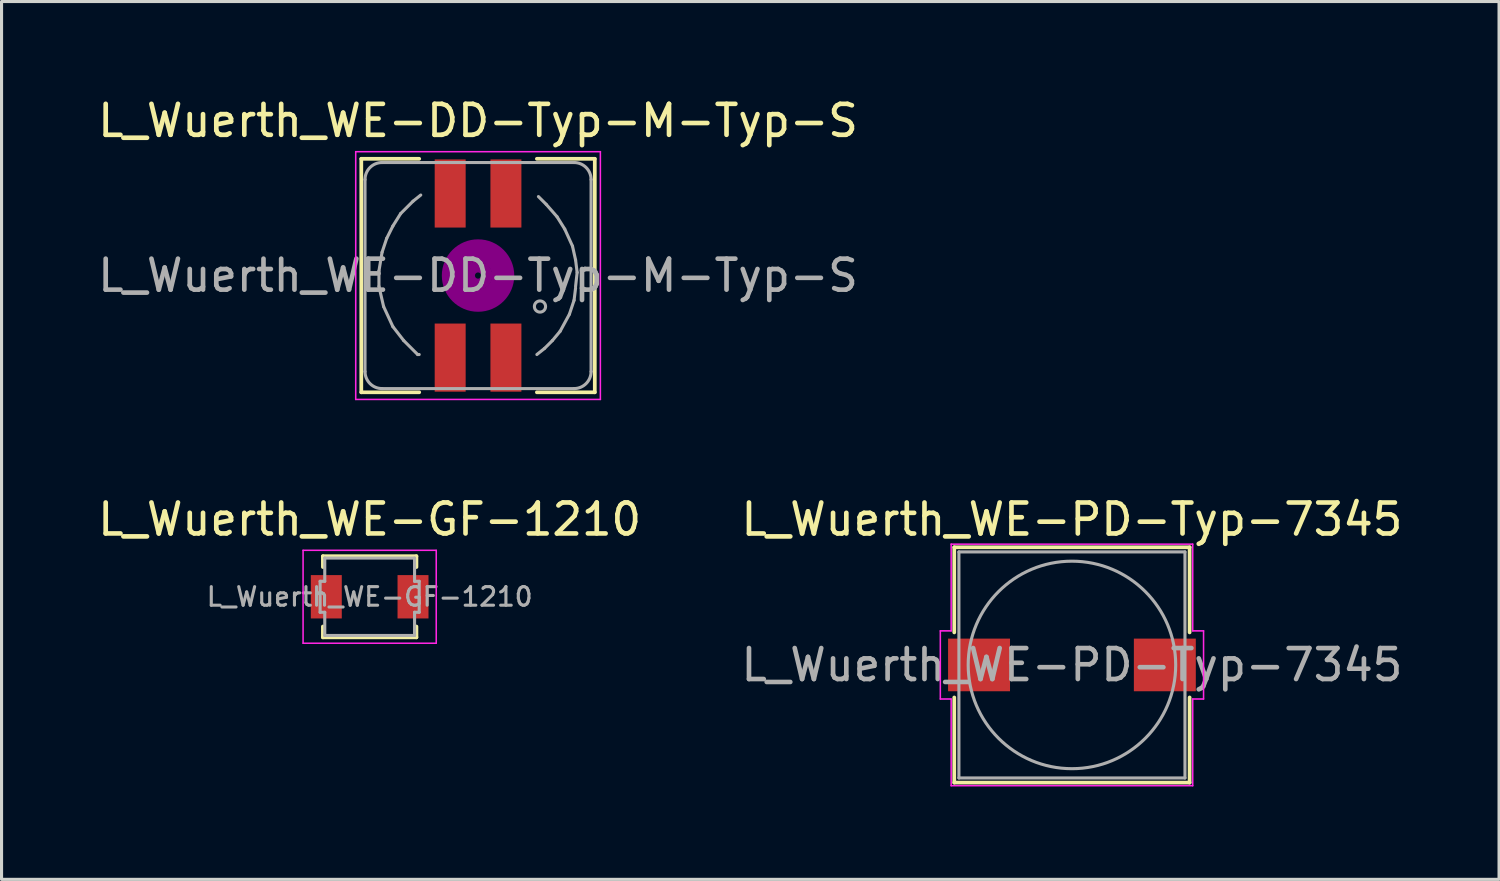
<source format=kicad_pcb>
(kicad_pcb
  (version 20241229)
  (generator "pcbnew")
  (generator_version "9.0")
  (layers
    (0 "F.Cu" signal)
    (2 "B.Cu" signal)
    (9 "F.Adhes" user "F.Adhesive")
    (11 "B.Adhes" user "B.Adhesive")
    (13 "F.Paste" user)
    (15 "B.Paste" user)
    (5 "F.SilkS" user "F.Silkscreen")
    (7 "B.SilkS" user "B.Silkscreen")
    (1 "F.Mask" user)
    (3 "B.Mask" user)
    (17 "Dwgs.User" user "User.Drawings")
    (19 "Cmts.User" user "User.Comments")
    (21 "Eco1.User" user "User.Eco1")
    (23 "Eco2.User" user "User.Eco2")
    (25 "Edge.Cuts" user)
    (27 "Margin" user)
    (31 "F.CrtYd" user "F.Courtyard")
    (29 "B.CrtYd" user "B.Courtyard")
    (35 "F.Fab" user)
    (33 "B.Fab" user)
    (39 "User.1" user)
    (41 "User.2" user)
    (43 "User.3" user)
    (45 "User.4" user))
  (footprint "L_Wuerth_WE-PD-Typ-7345"
    (layer "F.Cu")
    (at 31.565 18.422)
    (property "Reference" "L_Wuerth_WE-PD-Typ-7345" (at 0 -4.7 0) (layer "F.SilkS") (effects (font (size 1 1) (thickness 0.15))))
    (attr smd)
    (fp_line (start -3.8 -3.8) (end 3.8 -3.8) (stroke (width 0.12) (type solid)) (layer "F.SilkS"))
    (fp_line (start -3.8 -1.05) (end -3.8 -3.8) (stroke (width 0.12) (type solid)) (layer "F.SilkS"))
    (fp_line (start -3.8 3.8) (end -3.8 1.05) (stroke (width 0.12) (type solid)) (layer "F.SilkS"))
    (fp_line (start -3.8 3.8) (end 3.8 3.8) (stroke (width 0.12) (type solid)) (layer "F.SilkS"))
    (fp_line (start 3.8 -1.05) (end 3.8 -3.8) (stroke (width 0.12) (type solid)) (layer "F.SilkS"))
    (fp_line (start 3.8 3.8) (end 3.8 1.05) (stroke (width 0.12) (type solid)) (layer "F.SilkS"))
    (fp_line (start -4.25 -1.1) (end -3.9 -1.1) (stroke (width 0.05) (type solid)) (layer "F.CrtYd"))
    (fp_line (start -4.25 1.1) (end -4.25 -1.1) (stroke (width 0.05) (type solid)) (layer "F.CrtYd"))
    (fp_line (start -4.25 1.1) (end -3.9 1.1) (stroke (width 0.05) (type solid)) (layer "F.CrtYd"))
    (fp_line (start -3.9 -3.9) (end 3.9 -3.9) (stroke (width 0.05) (type solid)) (layer "F.CrtYd"))
    (fp_line (start -3.9 -1.1) (end -3.9 -3.9) (stroke (width 0.05) (type solid)) (layer "F.CrtYd"))
    (fp_line (start -3.9 3.9) (end -3.9 1.1) (stroke (width 0.05) (type solid)) (layer "F.CrtYd"))
    (fp_line (start 3.9 -1.1) (end 3.9 -3.9) (stroke (width 0.05) (type solid)) (layer "F.CrtYd"))
    (fp_line (start 3.9 -1.1) (end 4.25 -1.1) (stroke (width 0.05) (type solid)) (layer "F.CrtYd"))
    (fp_line (start 3.9 1.1) (end 4.25 1.1) (stroke (width 0.05) (type solid)) (layer "F.CrtYd"))
    (fp_line (start 3.9 3.9) (end -3.9 3.9) (stroke (width 0.05) (type solid)) (layer "F.CrtYd"))
    (fp_line (start 3.9 3.9) (end 3.9 1.1) (stroke (width 0.05) (type solid)) (layer "F.CrtYd"))
    (fp_line (start 4.25 1.1) (end 4.25 -1.1) (stroke (width 0.05) (type solid)) (layer "F.CrtYd"))
    (fp_line (start -3.65 -3.65) (end -3.65 3.65) (stroke (width 0.1) (type solid)) (layer "F.Fab"))
    (fp_line (start -3.65 3.65) (end 3.65 3.65) (stroke (width 0.1) (type solid)) (layer "F.Fab"))
    (fp_line (start 3.65 -3.65) (end -3.65 -3.65) (stroke (width 0.1) (type solid)) (layer "F.Fab"))
    (fp_line (start 3.65 3.65) (end 3.65 -3.65) (stroke (width 0.1) (type solid)) (layer "F.Fab"))
    (fp_circle (center 0 0) (end 3.35 -0.05) (stroke (width 0.1) (type solid)) (fill no) (layer "F.Fab"))
    (fp_text user "${REFERENCE}" (at 0 0 0) (layer "F.Fab") (effects (font (size 1 1) (thickness 0.15))))
    (pad "1" smd rect (at -3 0) (size 2 1.7) (layers "F.Cu" "F.Mask" "F.Paste"))
    (pad "2" smd rect (at 3 0) (size 2 1.7) (layers "F.Cu" "F.Mask" "F.Paste")))
  (footprint "L_Wuerth_WE-GF-1210"
    (layer "F.Cu")
    (at 8.887 16.221)
    (property "Reference" "L_Wuerth_WE-GF-1210" (at 0 -2.5 0) (layer "F.SilkS") (effects (font (size 1 1) (thickness 0.15))))
    (attr smd)
    (fp_line (start -1.51 -1.31) (end -1.51 -0.96) (stroke (width 0.12) (type solid)) (layer "F.SilkS"))
    (fp_line (start -1.51 -1.31) (end 1.51 -1.31) (stroke (width 0.12) (type solid)) (layer "F.SilkS"))
    (fp_line (start -1.51 0.96) (end -1.51 1.31) (stroke (width 0.12) (type solid)) (layer "F.SilkS"))
    (fp_line (start -1.51 1.31) (end 1.51 1.31) (stroke (width 0.12) (type solid)) (layer "F.SilkS"))
    (fp_line (start 1.51 -1.31) (end 1.51 -0.96) (stroke (width 0.12) (type solid)) (layer "F.SilkS"))
    (fp_line (start 1.51 0.96) (end 1.51 1.31) (stroke (width 0.12) (type solid)) (layer "F.SilkS"))
    (fp_line (start -2.15 -1.5) (end -2.15 1.5) (stroke (width 0.05) (type solid)) (layer "F.CrtYd"))
    (fp_line (start -2.15 -1.5) (end 2.15 -1.5) (stroke (width 0.05) (type solid)) (layer "F.CrtYd"))
    (fp_line (start -2.15 1.5) (end 2.15 1.5) (stroke (width 0.05) (type solid)) (layer "F.CrtYd"))
    (fp_line (start 2.15 -1.5) (end 2.15 1.5) (stroke (width 0.05) (type solid)) (layer "F.CrtYd"))
    (fp_line (start -1.6 -0.5) (end -1.6 0.5) (stroke (width 0.1) (type solid)) (layer "F.Fab"))
    (fp_line (start -1.6 -0.5) (end -1.45 -0.5) (stroke (width 0.1) (type solid)) (layer "F.Fab"))
    (fp_line (start -1.45 -1.25) (end -1.45 -0.5) (stroke (width 0.1) (type solid)) (layer "F.Fab"))
    (fp_line (start -1.45 -1.25) (end 1.45 -1.25) (stroke (width 0.1) (type solid)) (layer "F.Fab"))
    (fp_line (start -1.45 0.5) (end -1.6 0.5) (stroke (width 0.1) (type solid)) (layer "F.Fab"))
    (fp_line (start -1.45 0.5) (end -1.45 1.25) (stroke (width 0.1) (type solid)) (layer "F.Fab"))
    (fp_line (start -1.45 1.25) (end 1.45 1.25) (stroke (width 0.1) (type solid)) (layer "F.Fab"))
    (fp_line (start 1.45 -1.25) (end 1.45 -0.5) (stroke (width 0.1) (type solid)) (layer "F.Fab"))
    (fp_line (start 1.45 -0.5) (end 1.6 -0.5) (stroke (width 0.1) (type solid)) (layer "F.Fab"))
    (fp_line (start 1.45 0.5) (end 1.45 1.25) (stroke (width 0.1) (type solid)) (layer "F.Fab"))
    (fp_line (start 1.6 -0.5) (end 1.6 0.5) (stroke (width 0.1) (type solid)) (layer "F.Fab"))
    (fp_line (start 1.6 0.5) (end 1.45 0.5) (stroke (width 0.1) (type solid)) (layer "F.Fab"))
    (fp_text user "${REFERENCE}" (at 0 0 0) (layer "F.Fab") (effects (font (size 0.6 0.6) (thickness 0.1))))
    (pad "1" smd rect (at -1.4 0) (size 1 1.4) (layers "F.Cu" "F.Mask" "F.Paste"))
    (pad "2" smd rect (at 1.4 0) (size 1 1.4) (layers "F.Cu" "F.Mask" "F.Paste")))
  (footprint "L_Wuerth_WE-DD-Typ-M-Typ-S"
    (layer "F.Cu")
    (at 12.387 5.848)
    (property "Reference" "L_Wuerth_WE-DD-Typ-M-Typ-S" (at 0 -5 0) (layer "F.SilkS") (effects (font (size 1 1) (thickness 0.15))))
    (attr smd)
    (fp_line (start -3.77 -3.77) (end -1.9 -3.77) (stroke (width 0.12) (type solid)) (layer "F.SilkS"))
    (fp_line (start -3.77 3.77) (end -3.77 -3.77) (stroke (width 0.12) (type solid)) (layer "F.SilkS"))
    (fp_line (start -1.9 3.77) (end -3.77 3.77) (stroke (width 0.12) (type solid)) (layer "F.SilkS"))
    (fp_line (start 1.9 -3.77) (end 3.77 -3.77) (stroke (width 0.12) (type solid)) (layer "F.SilkS"))
    (fp_line (start 3.77 -3.77) (end 3.77 3.77) (stroke (width 0.12) (type solid)) (layer "F.SilkS"))
    (fp_line (start 3.77 3.77) (end 1.9 3.77) (stroke (width 0.12) (type solid)) (layer "F.SilkS"))
    (fp_circle (center 0 0) (end 0.1 0) (stroke (width 0.3) (type solid)) (fill no) (layer "F.Adhes"))
    (fp_circle (center 0 0) (end 0.3 -0.1) (stroke (width 0.3) (type solid)) (fill no) (layer "F.Adhes"))
    (fp_circle (center 0 0) (end 0.6 0) (stroke (width 0.3) (type solid)) (fill no) (layer "F.Adhes"))
    (fp_circle (center 0 0) (end 0.8 -0.1) (stroke (width 0.3) (type solid)) (fill no) (layer "F.Adhes"))
    (fp_circle (center 0 0) (end 1 -0.2) (stroke (width 0.3) (type solid)) (fill no) (layer "F.Adhes"))
    (fp_circle (center 0.8 0) (end 0.8 0) (stroke (width 0.3) (type solid)) (fill no) (layer "F.Adhes"))
    (fp_line (start -3.95 -4) (end 3.95 -4) (stroke (width 0.05) (type solid)) (layer "F.CrtYd"))
    (fp_line (start -3.95 4) (end -3.95 -4) (stroke (width 0.05) (type solid)) (layer "F.CrtYd"))
    (fp_line (start 3.95 -4) (end 3.95 4) (stroke (width 0.05) (type solid)) (layer "F.CrtYd"))
    (fp_line (start 3.95 4) (end -3.95 4) (stroke (width 0.05) (type solid)) (layer "F.CrtYd"))
    (fp_line (start -3.65 -3.1) (end -3.65 3.1) (stroke (width 0.1) (type solid)) (layer "F.Fab"))
    (fp_line (start -3.2 -0.15) (end -3.2 0.35) (stroke (width 0.1) (type solid)) (layer "F.Fab"))
    (fp_line (start -3.2 0.35) (end -3.05 1) (stroke (width 0.1) (type solid)) (layer "F.Fab"))
    (fp_line (start -3.1 -0.75) (end -3.2 -0.15) (stroke (width 0.1) (type solid)) (layer "F.Fab"))
    (fp_line (start -3.1 3.65) (end 3.1 3.65) (stroke (width 0.1) (type solid)) (layer "F.Fab"))
    (fp_line (start -3.05 1) (end -2.75 1.65) (stroke (width 0.1) (type solid)) (layer "F.Fab"))
    (fp_line (start -2.95 -1.2) (end -3.1 -0.75) (stroke (width 0.1) (type solid)) (layer "F.Fab"))
    (fp_line (start -2.75 -1.6) (end -2.95 -1.2) (stroke (width 0.1) (type solid)) (layer "F.Fab"))
    (fp_line (start -2.75 1.65) (end -2.4 2.1) (stroke (width 0.1) (type solid)) (layer "F.Fab"))
    (fp_line (start -2.5 -2) (end -2.75 -1.6) (stroke (width 0.1) (type solid)) (layer "F.Fab"))
    (fp_line (start -2.4 2.1) (end -1.95 2.55) (stroke (width 0.1) (type solid)) (layer "F.Fab"))
    (fp_line (start -2.1 -2.4) (end -2.5 -2) (stroke (width 0.1) (type solid)) (layer "F.Fab"))
    (fp_line (start -1.95 2.55) (end -1.9 2.55) (stroke (width 0.1) (type solid)) (layer "F.Fab"))
    (fp_line (start -1.85 -2.6) (end -2.1 -2.4) (stroke (width 0.1) (type solid)) (layer "F.Fab"))
    (fp_line (start 1.95 -2.55) (end 2.2 -2.3) (stroke (width 0.1) (type solid)) (layer "F.Fab"))
    (fp_line (start 2.15 2.35) (end 1.9 2.55) (stroke (width 0.1) (type solid)) (layer "F.Fab"))
    (fp_line (start 2.2 -2.3) (end 2.55 -1.9) (stroke (width 0.1) (type solid)) (layer "F.Fab"))
    (fp_line (start 2.4 2.1) (end 2.15 2.35) (stroke (width 0.1) (type solid)) (layer "F.Fab"))
    (fp_line (start 2.55 -1.9) (end 2.8 -1.5) (stroke (width 0.1) (type solid)) (layer "F.Fab"))
    (fp_line (start 2.65 1.8) (end 2.4 2.1) (stroke (width 0.1) (type solid)) (layer "F.Fab"))
    (fp_line (start 2.8 -1.5) (end 3.05 -0.95) (stroke (width 0.1) (type solid)) (layer "F.Fab"))
    (fp_line (start 2.95 1.25) (end 2.65 1.8) (stroke (width 0.1) (type solid)) (layer "F.Fab"))
    (fp_line (start 3.05 -0.95) (end 3.15 -0.5) (stroke (width 0.1) (type solid)) (layer "F.Fab"))
    (fp_line (start 3.1 -3.65) (end -3.1 -3.65) (stroke (width 0.1) (type solid)) (layer "F.Fab"))
    (fp_line (start 3.1 0.8) (end 2.95 1.25) (stroke (width 0.1) (type solid)) (layer "F.Fab"))
    (fp_line (start 3.15 -0.5) (end 3.2 -0.1) (stroke (width 0.1) (type solid)) (layer "F.Fab"))
    (fp_line (start 3.15 0.4) (end 3.1 0.8) (stroke (width 0.1) (type solid)) (layer "F.Fab"))
    (fp_line (start 3.2 -0.1) (end 3.15 0.35) (stroke (width 0.1) (type solid)) (layer "F.Fab"))
    (fp_line (start 3.65 -3.1) (end 3.65 3.1) (stroke (width 0.1) (type solid)) (layer "F.Fab"))
    (fp_arc (start -3.65 -3.1) (mid -3.488909 -3.488909) (end -3.1 -3.65) (stroke (width 0.1) (type solid)) (layer "F.Fab"))
    (fp_arc (start -3.1 3.65) (mid -3.488909 3.488909) (end -3.65 3.1) (stroke (width 0.1) (type solid)) (layer "F.Fab"))
    (fp_arc (start 3.1 -3.65) (mid 3.488909 -3.488909) (end 3.65 -3.1) (stroke (width 0.1) (type solid)) (layer "F.Fab"))
    (fp_arc (start 3.65 3.1) (mid 3.488909 3.488909) (end 3.1 3.65) (stroke (width 0.1) (type solid)) (layer "F.Fab"))
    (fp_circle (center 2 1) (end 2.15 0.9) (stroke (width 0.1) (type solid)) (fill no) (layer "F.Fab"))
    (fp_text user "${REFERENCE}" (at 0 0 0) (layer "F.Fab") (effects (font (size 1 1) (thickness 0.15))))
    (pad "1" smd rect (at -0.9 2.65) (size 1 2.2) (layers "F.Cu" "F.Mask" "F.Paste"))
    (pad "2" smd rect (at -0.9 -2.65) (size 1 2.2) (layers "F.Cu" "F.Mask" "F.Paste"))
    (pad "3" smd rect (at 0.9 -2.65) (size 1 2.2) (layers "F.Cu" "F.Mask" "F.Paste"))
    (pad "4" smd rect (at 0.9 2.65) (size 1 2.2) (layers "F.Cu" "F.Mask" "F.Paste")))
  (gr_rect
    (start -3 -3)
    (end 45.357 25.346)
    (stroke (width 0.1) (type default))
    (fill no)
    (layer "Edge.Cuts")))
</source>
